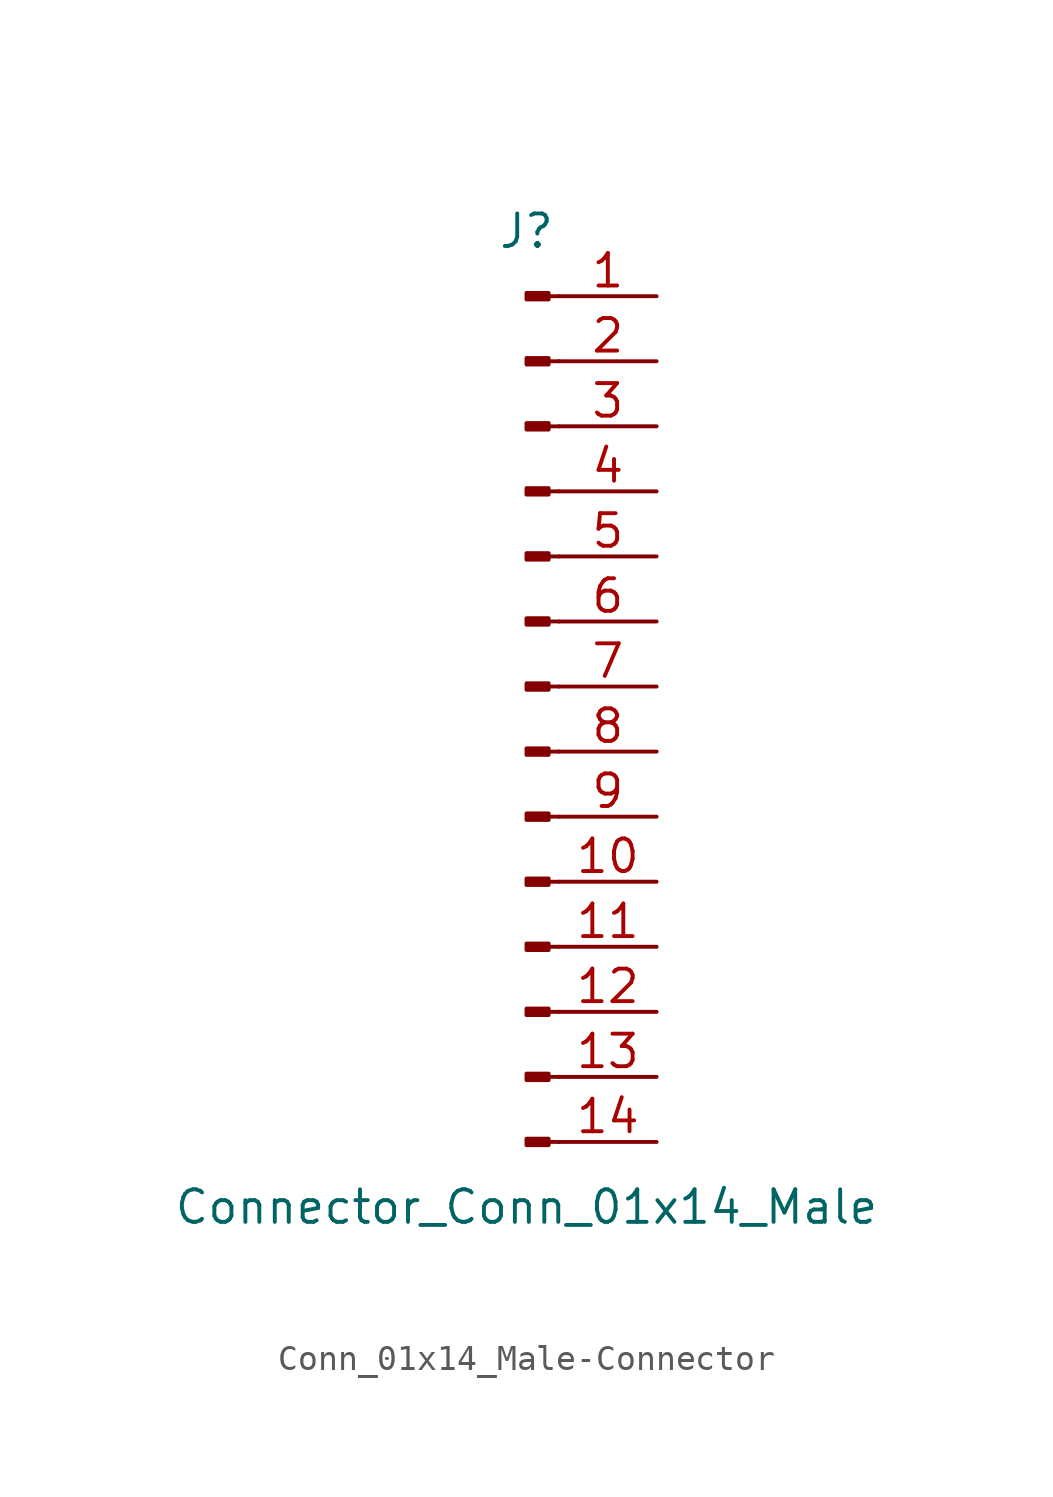
<source format=kicad_sym>
(kicad_symbol_lib
  (version 20231120)
  (generator "kicad_symbol_editor")
  (generator_version "8.0")
  (symbol "Conn_01x14_Male-Connector"
    (pin_names
      (offset 1.016) hide)
    (property "Reference" "J"
      (at 0 17.78 0)
      (effects (font (size 1.27 1.27))))
    (property "Value" "Connector_Conn_01x14_Male"
      (at 0 -20.32 0)
      (effects (font (size 1.27 1.27))))
    (symbol "Conn_01x14_Male-Connector_1_1"
      (polyline (pts (xy 1.27 -17.78) (xy 0.864 -17.78)) (stroke (width 0.152) (type solid)) (fill (type none)))
      (polyline (pts (xy 1.27 -15.24) (xy 0.864 -15.24)) (stroke (width 0.152) (type solid)) (fill (type none)))
      (polyline (pts (xy 1.27 -12.7) (xy 0.864 -12.7)) (stroke (width 0.152) (type solid)) (fill (type none)))
      (polyline (pts (xy 1.27 -10.16) (xy 0.864 -10.16)) (stroke (width 0.152) (type solid)) (fill (type none)))
      (polyline (pts (xy 1.27 -7.62) (xy 0.864 -7.62)) (stroke (width 0.152) (type solid)) (fill (type none)))
      (polyline (pts (xy 1.27 -5.08) (xy 0.864 -5.08)) (stroke (width 0.152) (type solid)) (fill (type none)))
      (polyline (pts (xy 1.27 -2.54) (xy 0.864 -2.54)) (stroke (width 0.152) (type solid)) (fill (type none)))
      (polyline (pts (xy 1.27 0) (xy 0.864 0)) (stroke (width 0.152) (type solid)) (fill (type none)))
      (polyline (pts (xy 1.27 2.54) (xy 0.864 2.54)) (stroke (width 0.152) (type solid)) (fill (type none)))
      (polyline (pts (xy 1.27 5.08) (xy 0.864 5.08)) (stroke (width 0.152) (type solid)) (fill (type none)))
      (polyline (pts (xy 1.27 7.62) (xy 0.864 7.62)) (stroke (width 0.152) (type solid)) (fill (type none)))
      (polyline (pts (xy 1.27 10.16) (xy 0.864 10.16)) (stroke (width 0.152) (type solid)) (fill (type none)))
      (polyline (pts (xy 1.27 12.7) (xy 0.864 12.7)) (stroke (width 0.152) (type solid)) (fill (type none)))
      (polyline (pts (xy 1.27 15.24) (xy 0.864 15.24)) (stroke (width 0.152) (type solid)) (fill (type none)))
      (rectangle (start 0.864 -17.653) (end 0 -17.907) (stroke (width 0.152) (type solid)) (fill (type outline)))
      (rectangle (start 0.864 -15.113) (end 0 -15.367) (stroke (width 0.152) (type solid)) (fill (type outline)))
      (rectangle (start 0.864 -12.573) (end 0 -12.827) (stroke (width 0.152) (type solid)) (fill (type outline)))
      (rectangle (start 0.864 -10.033) (end 0 -10.287) (stroke (width 0.152) (type solid)) (fill (type outline)))
      (rectangle (start 0.864 -7.493) (end 0 -7.747) (stroke (width 0.152) (type solid)) (fill (type outline)))
      (rectangle (start 0.864 -4.953) (end 0 -5.207) (stroke (width 0.152) (type solid)) (fill (type outline)))
      (rectangle (start 0.864 -2.413) (end 0 -2.667) (stroke (width 0.152) (type solid)) (fill (type outline)))
      (rectangle (start 0.864 0.127) (end 0 -0.127) (stroke (width 0.152) (type solid)) (fill (type outline)))
      (rectangle (start 0.864 2.667) (end 0 2.413) (stroke (width 0.152) (type solid)) (fill (type outline)))
      (rectangle (start 0.864 5.207) (end 0 4.953) (stroke (width 0.152) (type solid)) (fill (type outline)))
      (rectangle (start 0.864 7.747) (end 0 7.493) (stroke (width 0.152) (type solid)) (fill (type outline)))
      (rectangle (start 0.864 10.287) (end 0 10.033) (stroke (width 0.152) (type solid)) (fill (type outline)))
      (rectangle (start 0.864 12.827) (end 0 12.573) (stroke (width 0.152) (type solid)) (fill (type outline)))
      (rectangle (start 0.864 15.367) (end 0 15.113) (stroke (width 0.152) (type solid)) (fill (type outline)))
      (pin passive line (at 5.08 15.24 180) (length 3.81) (name "Pin_1" (effects (font (size 1.27 1.27)))) (number "1" (effects (font (size 1.27 1.27)))))
      (pin passive line (at 5.08 -7.62 180) (length 3.81) (name "Pin_10" (effects (font (size 1.27 1.27)))) (number "10" (effects (font (size 1.27 1.27)))))
      (pin passive line (at 5.08 -10.16 180) (length 3.81) (name "Pin_11" (effects (font (size 1.27 1.27)))) (number "11" (effects (font (size 1.27 1.27)))))
      (pin passive line (at 5.08 -12.7 180) (length 3.81) (name "Pin_12" (effects (font (size 1.27 1.27)))) (number "12" (effects (font (size 1.27 1.27)))))
      (pin passive line (at 5.08 -15.24 180) (length 3.81) (name "Pin_13" (effects (font (size 1.27 1.27)))) (number "13" (effects (font (size 1.27 1.27)))))
      (pin passive line (at 5.08 -17.78 180) (length 3.81) (name "Pin_14" (effects (font (size 1.27 1.27)))) (number "14" (effects (font (size 1.27 1.27)))))
      (pin passive line (at 5.08 12.7 180) (length 3.81) (name "Pin_2" (effects (font (size 1.27 1.27)))) (number "2" (effects (font (size 1.27 1.27)))))
      (pin passive line (at 5.08 10.16 180) (length 3.81) (name "Pin_3" (effects (font (size 1.27 1.27)))) (number "3" (effects (font (size 1.27 1.27)))))
      (pin passive line (at 5.08 7.62 180) (length 3.81) (name "Pin_4" (effects (font (size 1.27 1.27)))) (number "4" (effects (font (size 1.27 1.27)))))
      (pin passive line (at 5.08 5.08 180) (length 3.81) (name "Pin_5" (effects (font (size 1.27 1.27)))) (number "5" (effects (font (size 1.27 1.27)))))
      (pin passive line (at 5.08 2.54 180) (length 3.81) (name "Pin_6" (effects (font (size 1.27 1.27)))) (number "6" (effects (font (size 1.27 1.27)))))
      (pin passive line (at 5.08 0 180) (length 3.81) (name "Pin_7" (effects (font (size 1.27 1.27)))) (number "7" (effects (font (size 1.27 1.27)))))
      (pin passive line (at 5.08 -2.54 180) (length 3.81) (name "Pin_8" (effects (font (size 1.27 1.27)))) (number "8" (effects (font (size 1.27 1.27)))))
      (pin passive line (at 5.08 -5.08 180) (length 3.81) (name "Pin_9" (effects (font (size 1.27 1.27)))) (number "9" (effects (font (size 1.27 1.27))))))))
</source>
